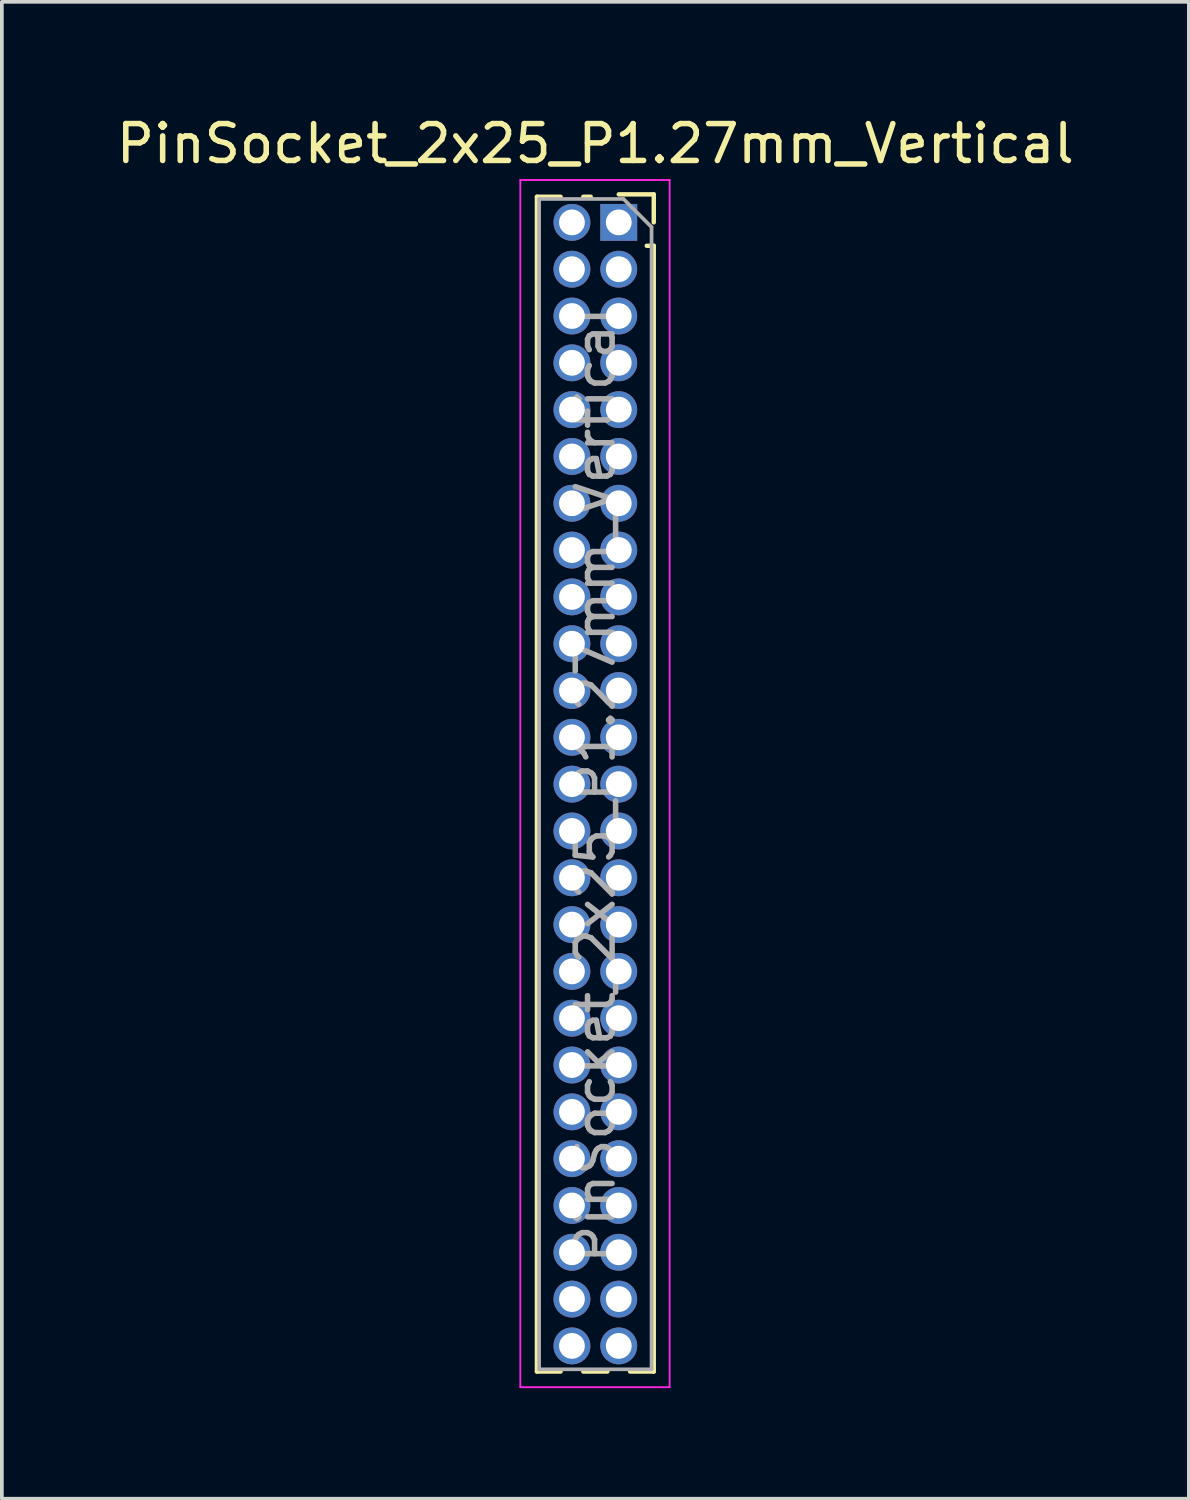
<source format=kicad_pcb>
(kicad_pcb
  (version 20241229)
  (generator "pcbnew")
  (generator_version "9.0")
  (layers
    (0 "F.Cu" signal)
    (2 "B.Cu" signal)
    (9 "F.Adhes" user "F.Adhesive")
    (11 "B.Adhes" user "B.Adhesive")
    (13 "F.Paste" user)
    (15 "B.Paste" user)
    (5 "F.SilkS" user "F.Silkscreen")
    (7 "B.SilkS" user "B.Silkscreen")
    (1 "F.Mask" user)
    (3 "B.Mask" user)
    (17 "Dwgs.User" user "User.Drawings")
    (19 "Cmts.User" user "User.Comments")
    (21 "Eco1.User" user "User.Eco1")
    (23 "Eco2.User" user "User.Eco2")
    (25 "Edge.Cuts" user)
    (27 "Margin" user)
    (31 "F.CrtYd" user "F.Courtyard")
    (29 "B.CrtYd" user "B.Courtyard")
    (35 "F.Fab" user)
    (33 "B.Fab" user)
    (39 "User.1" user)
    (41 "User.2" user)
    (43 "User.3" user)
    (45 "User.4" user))
  (footprint "PinSocket_2x25_P1.27mm_Vertical"
    (layer "F.Cu")
    (at 13.736 2.983)
    (property "Reference" "PinSocket_2x25_P1.27mm_Vertical" (at -0.635 -2.135 0) (layer "F.SilkS") (effects (font (size 1 1) (thickness 0.15))))
    (attr through_hole)
    (fp_line (start -2.22 -0.695) (end -2.22 31.175) (stroke (width 0.12) (type solid)) (layer "F.SilkS"))
    (fp_line (start -2.22 -0.695) (end -1.578 -0.695) (stroke (width 0.12) (type solid)) (layer "F.SilkS"))
    (fp_line (start -2.22 31.175) (end -1.578 31.175) (stroke (width 0.12) (type solid)) (layer "F.SilkS"))
    (fp_line (start -0.962 -0.695) (end -0.76 -0.695) (stroke (width 0.12) (type solid)) (layer "F.SilkS"))
    (fp_line (start -0.962 31.175) (end -0.308 31.175) (stroke (width 0.12) (type solid)) (layer "F.SilkS"))
    (fp_line (start 0 -0.76) (end 0.95 -0.76) (stroke (width 0.12) (type solid)) (layer "F.SilkS"))
    (fp_line (start 0.308 31.175) (end 0.95 31.175) (stroke (width 0.12) (type solid)) (layer "F.SilkS"))
    (fp_line (start 0.76 0.635) (end 0.95 0.635) (stroke (width 0.12) (type solid)) (layer "F.SilkS"))
    (fp_line (start 0.95 -0.76) (end 0.95 0) (stroke (width 0.12) (type solid)) (layer "F.SilkS"))
    (fp_line (start 0.95 0.635) (end 0.95 31.175) (stroke (width 0.12) (type solid)) (layer "F.SilkS"))
    (fp_line (start -2.67 -1.15) (end 1.38 -1.15) (stroke (width 0.05) (type solid)) (layer "F.CrtYd"))
    (fp_line (start -2.67 31.6) (end -2.67 -1.15) (stroke (width 0.05) (type solid)) (layer "F.CrtYd"))
    (fp_line (start 1.38 -1.15) (end 1.38 31.6) (stroke (width 0.05) (type solid)) (layer "F.CrtYd"))
    (fp_line (start 1.38 31.6) (end -2.67 31.6) (stroke (width 0.05) (type solid)) (layer "F.CrtYd"))
    (fp_line (start -2.16 -0.635) (end 0.128 -0.635) (stroke (width 0.1) (type solid)) (layer "F.Fab"))
    (fp_line (start -2.16 31.115) (end -2.16 -0.635) (stroke (width 0.1) (type solid)) (layer "F.Fab"))
    (fp_line (start 0.128 -0.635) (end 0.89 0.128) (stroke (width 0.1) (type solid)) (layer "F.Fab"))
    (fp_line (start 0.89 0.128) (end 0.89 31.115) (stroke (width 0.1) (type solid)) (layer "F.Fab"))
    (fp_line (start 0.89 31.115) (end -2.16 31.115) (stroke (width 0.1) (type solid)) (layer "F.Fab"))
    (fp_text user "${REFERENCE}" (at -0.635 15.24 90) (layer "F.Fab") (effects (font (size 1 1) (thickness 0.15))))
    (pad "1" thru_hole rect (at 0 0) (size 1 1) (drill 0.7) (layers "*.Cu" "*.Mask"))
    (pad "2" thru_hole oval (at -1.27 0) (size 1 1) (drill 0.7) (layers "*.Cu" "*.Mask"))
    (pad "3" thru_hole oval (at 0 1.27) (size 1 1) (drill 0.7) (layers "*.Cu" "*.Mask"))
    (pad "4" thru_hole oval (at -1.27 1.27) (size 1 1) (drill 0.7) (layers "*.Cu" "*.Mask"))
    (pad "5" thru_hole oval (at 0 2.54) (size 1 1) (drill 0.7) (layers "*.Cu" "*.Mask"))
    (pad "6" thru_hole oval (at -1.27 2.54) (size 1 1) (drill 0.7) (layers "*.Cu" "*.Mask"))
    (pad "7" thru_hole oval (at 0 3.81) (size 1 1) (drill 0.7) (layers "*.Cu" "*.Mask"))
    (pad "8" thru_hole oval (at -1.27 3.81) (size 1 1) (drill 0.7) (layers "*.Cu" "*.Mask"))
    (pad "9" thru_hole oval (at 0 5.08) (size 1 1) (drill 0.7) (layers "*.Cu" "*.Mask"))
    (pad "10" thru_hole oval (at -1.27 5.08) (size 1 1) (drill 0.7) (layers "*.Cu" "*.Mask"))
    (pad "11" thru_hole oval (at 0 6.35) (size 1 1) (drill 0.7) (layers "*.Cu" "*.Mask"))
    (pad "12" thru_hole oval (at -1.27 6.35) (size 1 1) (drill 0.7) (layers "*.Cu" "*.Mask"))
    (pad "13" thru_hole oval (at 0 7.62) (size 1 1) (drill 0.7) (layers "*.Cu" "*.Mask"))
    (pad "14" thru_hole oval (at -1.27 7.62) (size 1 1) (drill 0.7) (layers "*.Cu" "*.Mask"))
    (pad "15" thru_hole oval (at 0 8.89) (size 1 1) (drill 0.7) (layers "*.Cu" "*.Mask"))
    (pad "16" thru_hole oval (at -1.27 8.89) (size 1 1) (drill 0.7) (layers "*.Cu" "*.Mask"))
    (pad "17" thru_hole oval (at 0 10.16) (size 1 1) (drill 0.7) (layers "*.Cu" "*.Mask"))
    (pad "18" thru_hole oval (at -1.27 10.16) (size 1 1) (drill 0.7) (layers "*.Cu" "*.Mask"))
    (pad "19" thru_hole oval (at 0 11.43) (size 1 1) (drill 0.7) (layers "*.Cu" "*.Mask"))
    (pad "20" thru_hole oval (at -1.27 11.43) (size 1 1) (drill 0.7) (layers "*.Cu" "*.Mask"))
    (pad "21" thru_hole oval (at 0 12.7) (size 1 1) (drill 0.7) (layers "*.Cu" "*.Mask"))
    (pad "22" thru_hole oval (at -1.27 12.7) (size 1 1) (drill 0.7) (layers "*.Cu" "*.Mask"))
    (pad "23" thru_hole oval (at 0 13.97) (size 1 1) (drill 0.7) (layers "*.Cu" "*.Mask"))
    (pad "24" thru_hole oval (at -1.27 13.97) (size 1 1) (drill 0.7) (layers "*.Cu" "*.Mask"))
    (pad "25" thru_hole oval (at 0 15.24) (size 1 1) (drill 0.7) (layers "*.Cu" "*.Mask"))
    (pad "26" thru_hole oval (at -1.27 15.24) (size 1 1) (drill 0.7) (layers "*.Cu" "*.Mask"))
    (pad "27" thru_hole oval (at 0 16.51) (size 1 1) (drill 0.7) (layers "*.Cu" "*.Mask"))
    (pad "28" thru_hole oval (at -1.27 16.51) (size 1 1) (drill 0.7) (layers "*.Cu" "*.Mask"))
    (pad "29" thru_hole oval (at 0 17.78) (size 1 1) (drill 0.7) (layers "*.Cu" "*.Mask"))
    (pad "30" thru_hole oval (at -1.27 17.78) (size 1 1) (drill 0.7) (layers "*.Cu" "*.Mask"))
    (pad "31" thru_hole oval (at 0 19.05) (size 1 1) (drill 0.7) (layers "*.Cu" "*.Mask"))
    (pad "32" thru_hole oval (at -1.27 19.05) (size 1 1) (drill 0.7) (layers "*.Cu" "*.Mask"))
    (pad "33" thru_hole oval (at 0 20.32) (size 1 1) (drill 0.7) (layers "*.Cu" "*.Mask"))
    (pad "34" thru_hole oval (at -1.27 20.32) (size 1 1) (drill 0.7) (layers "*.Cu" "*.Mask"))
    (pad "35" thru_hole oval (at 0 21.59) (size 1 1) (drill 0.7) (layers "*.Cu" "*.Mask"))
    (pad "36" thru_hole oval (at -1.27 21.59) (size 1 1) (drill 0.7) (layers "*.Cu" "*.Mask"))
    (pad "37" thru_hole oval (at 0 22.86) (size 1 1) (drill 0.7) (layers "*.Cu" "*.Mask"))
    (pad "38" thru_hole oval (at -1.27 22.86) (size 1 1) (drill 0.7) (layers "*.Cu" "*.Mask"))
    (pad "39" thru_hole oval (at 0 24.13) (size 1 1) (drill 0.7) (layers "*.Cu" "*.Mask"))
    (pad "40" thru_hole oval (at -1.27 24.13) (size 1 1) (drill 0.7) (layers "*.Cu" "*.Mask"))
    (pad "41" thru_hole oval (at 0 25.4) (size 1 1) (drill 0.7) (layers "*.Cu" "*.Mask"))
    (pad "42" thru_hole oval (at -1.27 25.4) (size 1 1) (drill 0.7) (layers "*.Cu" "*.Mask"))
    (pad "43" thru_hole oval (at 0 26.67) (size 1 1) (drill 0.7) (layers "*.Cu" "*.Mask"))
    (pad "44" thru_hole oval (at -1.27 26.67) (size 1 1) (drill 0.7) (layers "*.Cu" "*.Mask"))
    (pad "45" thru_hole oval (at 0 27.94) (size 1 1) (drill 0.7) (layers "*.Cu" "*.Mask"))
    (pad "46" thru_hole oval (at -1.27 27.94) (size 1 1) (drill 0.7) (layers "*.Cu" "*.Mask"))
    (pad "47" thru_hole oval (at 0 29.21) (size 1 1) (drill 0.7) (layers "*.Cu" "*.Mask"))
    (pad "48" thru_hole oval (at -1.27 29.21) (size 1 1) (drill 0.7) (layers "*.Cu" "*.Mask"))
    (pad "49" thru_hole oval (at 0 30.48) (size 1 1) (drill 0.7) (layers "*.Cu" "*.Mask"))
    (pad "50" thru_hole oval (at -1.27 30.48) (size 1 1) (drill 0.7) (layers "*.Cu" "*.Mask")))
  (gr_rect
    (start -3 -3)
    (end 29.202 37.608)
    (stroke (width 0.1) (type default))
    (fill no)
    (layer "Edge.Cuts")))
</source>
